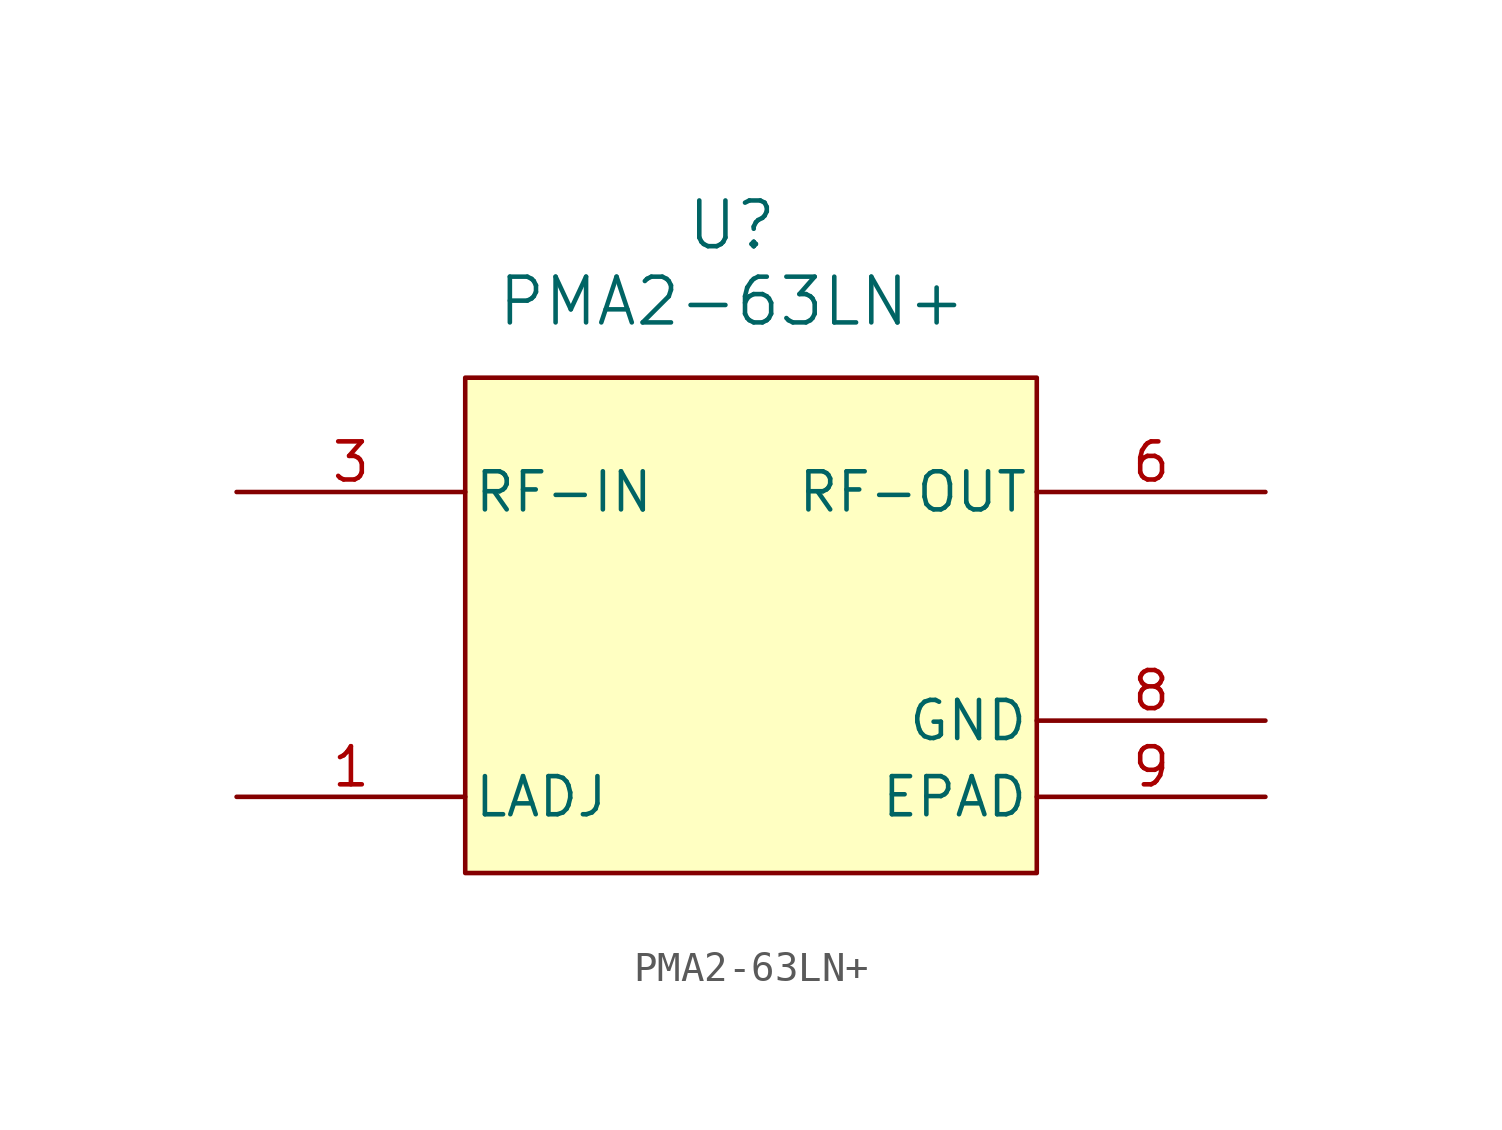
<source format=kicad_sym>
(kicad_symbol_lib
  (version 20241209)
  (generator "kicad_symbol_editor")
  (generator_version "9.0")
  (symbol "PMA2-63LN+"
    (pin_names
      (offset 0.254))
    (property "Reference" "U"
      (at 0 13.97 0)
      (effects (font (size 1.524 1.524))))
    (property "Value" "PMA2-63LN+"
      (at 0 11.43 0)
      (effects (font (size 1.524 1.524))))
    (symbol "PMA2-63LN+_0_1"
      (pin input line (at -16.51 5.08 0) (length 7.62) (name "RF-IN" (effects (font (size 1.27 1.27)))) (number "3" (effects (font (size 1.27 1.27)))))
      (pin bidirectional line (at -16.51 -5.08 0) (length 7.62) (name "LADJ" (effects (font (size 1.27 1.27)))) (number "1" (effects (font (size 1.27 1.27)))))
      (pin output line (at 17.78 5.08 180) (length 7.62) (name "RF-OUT" (effects (font (size 1.27 1.27)))) (number "6" (effects (font (size 1.27 1.27)))))
      (pin power_out line (at 17.78 -5.08 180) (length 7.62) (name "EPAD" (effects (font (size 1.27 1.27)))) (number "9" (effects (font (size 1.27 1.27))))))
    (symbol "PMA2-63LN+_1_1"
      (rectangle (start -8.89 8.89) (end 10.16 -7.62) (stroke (width 0) (type solid)) (fill (type background)))
      (pin power_out line (at 17.78 -2.54 180) (length 7.62) (hide yes) (name "GND" (effects (font (size 1.27 1.27)))) (number "2" (effects (font (size 1.27 1.27)))))
      (pin power_out line (at 17.78 -2.54 180) (length 7.62) (hide yes) (name "GND" (effects (font (size 1.27 1.27)))) (number "4" (effects (font (size 1.27 1.27)))))
      (pin power_out line (at 17.78 -2.54 180) (length 7.62) (hide yes) (name "GND" (effects (font (size 1.27 1.27)))) (number "5" (effects (font (size 1.27 1.27)))))
      (pin power_out line (at 17.78 -2.54 180) (length 7.62) (hide yes) (name "GND" (effects (font (size 1.27 1.27)))) (number "7" (effects (font (size 1.27 1.27)))))
      (pin power_out line (at 17.78 -2.54 180) (length 7.62) (name "GND" (effects (font (size 1.27 1.27)))) (number "8" (effects (font (size 1.27 1.27))))))))
</source>
